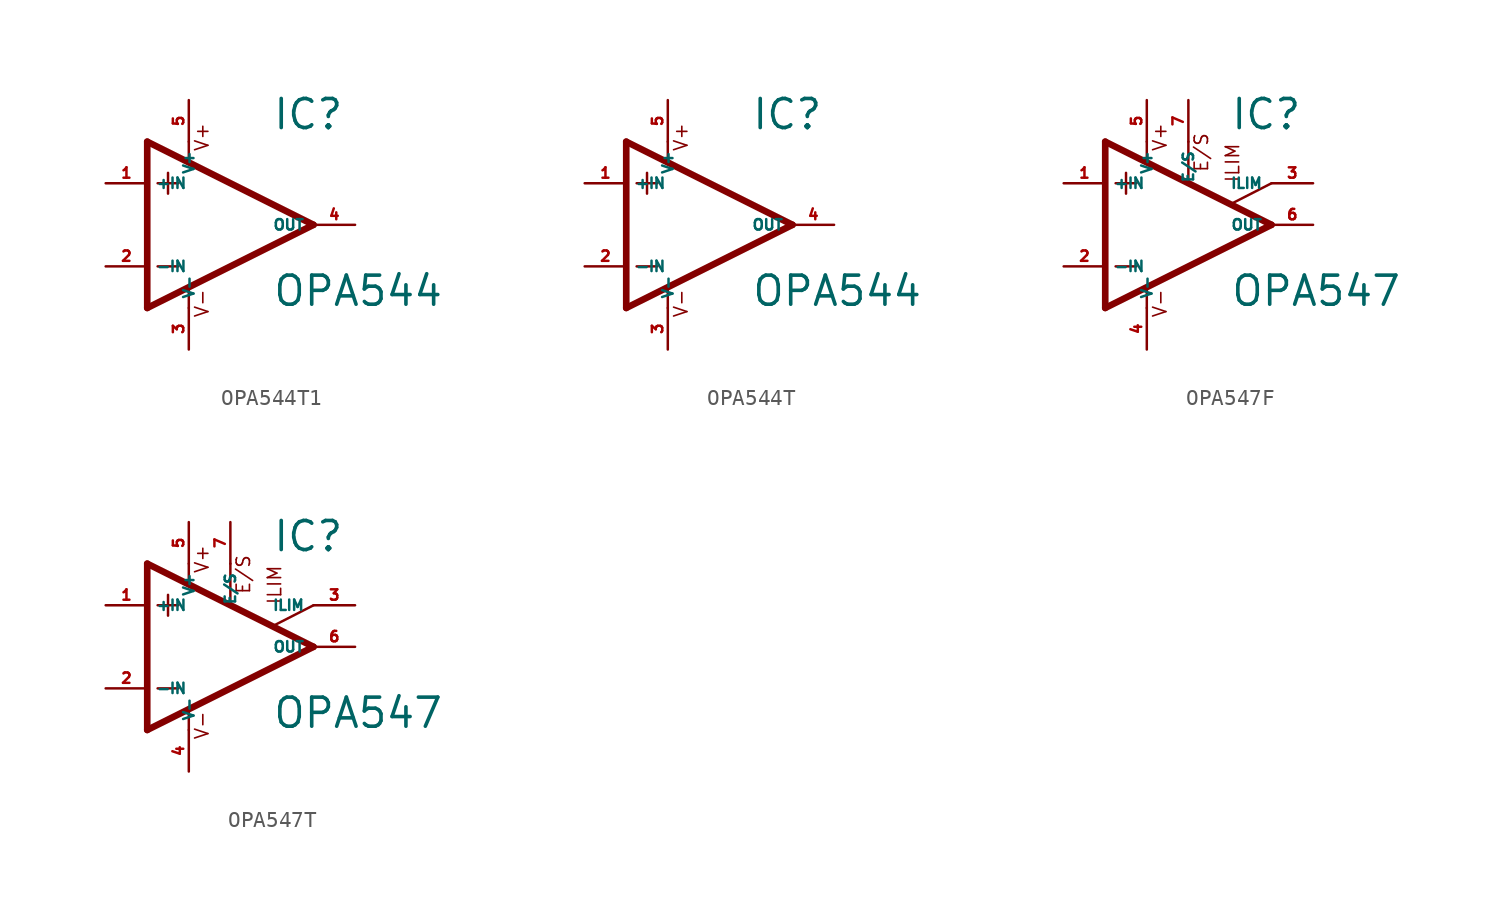
<source format=kicad_sym>
(kicad_symbol_lib
  (version 20220914)
  (generator Eagle2Kicad)
  (symbol "OPA544T1"
    (property "Reference" "IC"
      (at 2.54 5.715 0)
      (effects (font (size 1.778 1.778) (thickness 0.22)) (justify left bottom)))
    (property "Value" "OPA544"
      (at 2.54 -5.08 0)
      (effects (font (size 1.778 1.778) (thickness 0.22)) (justify left bottom)))
    (polyline
      (pts (xy -3.81 3.175) (xy -3.81 1.905))
      (stroke (width 0.152) (type default))
      (fill (type none)))
    (polyline
      (pts (xy -4.445 2.54) (xy -3.175 2.54))
      (stroke (width 0.152) (type default))
      (fill (type none)))
    (polyline
      (pts (xy -4.445 -2.54) (xy -3.175 -2.54))
      (stroke (width 0.152) (type default))
      (fill (type none)))
    (polyline
      (pts (xy -2.54 5.08) (xy -2.54 3.886))
      (stroke (width 0.152) (type default))
      (fill (type none)))
    (polyline
      (pts (xy -2.54 -3.912) (xy -2.54 -5.08))
      (stroke (width 0.152) (type default))
      (fill (type none)))
    (polyline
      (pts (xy 5.08 0) (xy -5.08 5.08))
      (stroke (width 0.406) (type default))
      (fill (type none)))
    (polyline
      (pts (xy -5.08 5.08) (xy -5.08 -5.08))
      (stroke (width 0.406) (type default))
      (fill (type none)))
    (polyline
      (pts (xy -5.08 -5.08) (xy 5.08 0))
      (stroke (width 0.406) (type default))
      (fill (type none)))
    (text "V+"
      (at -1.27 4.445 900)
      (effects (font (size 0.813 0.813) (thickness 0.10)) (justify left bottom)))
    (text "V-"
      (at -1.27 -5.715 900)
      (effects (font (size 0.813 0.813) (thickness 0.10)) (justify left bottom)))
    (pin input line
      (at -7.62 -2.54 0)
      (length 2.54)
      (name "-IN" (effects (font (size 0.635 0.635) (thickness 0.08)) (justify left bottom)))
      (number "2" (effects (font (size 0.635 0.635) (thickness 0.08)) (justify left bottom))))
    (pin input line
      (at -7.62 2.54 0)
      (length 2.54)
      (name "+IN" (effects (font (size 0.635 0.635) (thickness 0.08)) (justify left bottom)))
      (number "1" (effects (font (size 0.635 0.635) (thickness 0.08)) (justify left bottom))))
    (pin output line
      (at 7.62 0 180)
      (length 2.54)
      (name "OUT" (effects (font (size 0.635 0.635) (thickness 0.08)) (justify left bottom)))
      (number "4" (effects (font (size 0.635 0.635) (thickness 0.08)) (justify left bottom))))
    (pin unspecified line
      (at -2.54 7.62 270)
      (length 2.54)
      (name "V+" (effects (font (size 0.635 0.635) (thickness 0.08)) (justify left bottom)))
      (number "5" (effects (font (size 0.635 0.635) (thickness 0.08)) (justify left bottom))))
    (pin unspecified line
      (at -2.54 -7.62 90)
      (length 2.54)
      (name "V-" (effects (font (size 0.635 0.635) (thickness 0.08)) (justify left bottom)))
      (number "3" (effects (font (size 0.635 0.635) (thickness 0.08)) (justify left bottom)))))
  (symbol "OPA544T"
    (property "Reference" "IC"
      (at 2.54 5.715 0)
      (effects (font (size 1.778 1.778) (thickness 0.22)) (justify left bottom)))
    (property "Value" "OPA544"
      (at 2.54 -5.08 0)
      (effects (font (size 1.778 1.778) (thickness 0.22)) (justify left bottom)))
    (polyline
      (pts (xy -3.81 3.175) (xy -3.81 1.905))
      (stroke (width 0.152) (type default))
      (fill (type none)))
    (polyline
      (pts (xy -4.445 2.54) (xy -3.175 2.54))
      (stroke (width 0.152) (type default))
      (fill (type none)))
    (polyline
      (pts (xy -4.445 -2.54) (xy -3.175 -2.54))
      (stroke (width 0.152) (type default))
      (fill (type none)))
    (polyline
      (pts (xy -2.54 5.08) (xy -2.54 3.886))
      (stroke (width 0.152) (type default))
      (fill (type none)))
    (polyline
      (pts (xy -2.54 -3.912) (xy -2.54 -5.08))
      (stroke (width 0.152) (type default))
      (fill (type none)))
    (polyline
      (pts (xy 5.08 0) (xy -5.08 5.08))
      (stroke (width 0.406) (type default))
      (fill (type none)))
    (polyline
      (pts (xy -5.08 5.08) (xy -5.08 -5.08))
      (stroke (width 0.406) (type default))
      (fill (type none)))
    (polyline
      (pts (xy -5.08 -5.08) (xy 5.08 0))
      (stroke (width 0.406) (type default))
      (fill (type none)))
    (text "V+"
      (at -1.27 4.445 900)
      (effects (font (size 0.813 0.813) (thickness 0.10)) (justify left bottom)))
    (text "V-"
      (at -1.27 -5.715 900)
      (effects (font (size 0.813 0.813) (thickness 0.10)) (justify left bottom)))
    (pin input line
      (at -7.62 -2.54 0)
      (length 2.54)
      (name "-IN" (effects (font (size 0.635 0.635) (thickness 0.08)) (justify left bottom)))
      (number "2" (effects (font (size 0.635 0.635) (thickness 0.08)) (justify left bottom))))
    (pin input line
      (at -7.62 2.54 0)
      (length 2.54)
      (name "+IN" (effects (font (size 0.635 0.635) (thickness 0.08)) (justify left bottom)))
      (number "1" (effects (font (size 0.635 0.635) (thickness 0.08)) (justify left bottom))))
    (pin output line
      (at 7.62 0 180)
      (length 2.54)
      (name "OUT" (effects (font (size 0.635 0.635) (thickness 0.08)) (justify left bottom)))
      (number "4" (effects (font (size 0.635 0.635) (thickness 0.08)) (justify left bottom))))
    (pin unspecified line
      (at -2.54 7.62 270)
      (length 2.54)
      (name "V+" (effects (font (size 0.635 0.635) (thickness 0.08)) (justify left bottom)))
      (number "5" (effects (font (size 0.635 0.635) (thickness 0.08)) (justify left bottom))))
    (pin unspecified line
      (at -2.54 -7.62 90)
      (length 2.54)
      (name "V-" (effects (font (size 0.635 0.635) (thickness 0.08)) (justify left bottom)))
      (number "3" (effects (font (size 0.635 0.635) (thickness 0.08)) (justify left bottom)))))
  (symbol "OPA547F"
    (property "Reference" "IC"
      (at 2.54 3.175 0)
      (effects (font (size 1.778 1.778) (thickness 0.22)) (justify left bottom)))
    (property "Value" "OPA547"
      (at 2.54 -7.62 0)
      (effects (font (size 1.778 1.778) (thickness 0.22)) (justify left bottom)))
    (polyline
      (pts (xy -3.81 0.635) (xy -3.81 -0.635))
      (stroke (width 0.152) (type default))
      (fill (type none)))
    (polyline
      (pts (xy -4.445 0) (xy -3.175 0))
      (stroke (width 0.152) (type default))
      (fill (type none)))
    (polyline
      (pts (xy -4.445 -5.08) (xy -3.175 -5.08))
      (stroke (width 0.152) (type default))
      (fill (type none)))
    (polyline
      (pts (xy -5.08 2.54) (xy -5.08 -7.62))
      (stroke (width 0.406) (type default))
      (fill (type none)))
    (polyline
      (pts (xy -2.54 2.54) (xy -2.54 1.346))
      (stroke (width 0.152) (type default))
      (fill (type none)))
    (polyline
      (pts (xy 0 2.54) (xy 0 0.076))
      (stroke (width 0.152) (type default))
      (fill (type none)))
    (polyline
      (pts (xy 2.692 -1.219) (xy 5.08 0))
      (stroke (width 0.152) (type default))
      (fill (type none)))
    (polyline
      (pts (xy -5.08 2.54) (xy 5.08 -2.54))
      (stroke (width 0.406) (type default))
      (fill (type none)))
    (polyline
      (pts (xy -2.54 -6.426) (xy -2.54 -7.62))
      (stroke (width 0.152) (type default))
      (fill (type none)))
    (polyline
      (pts (xy -5.08 -7.62) (xy 5.08 -2.54))
      (stroke (width 0.406) (type default))
      (fill (type none)))
    (text "V+"
      (at -1.27 1.905 900)
      (effects (font (size 0.813 0.813) (thickness 0.10)) (justify left bottom)))
    (text "V-"
      (at -1.27 -8.255 900)
      (effects (font (size 0.813 0.813) (thickness 0.10)) (justify left bottom)))
    (text "E/S"
      (at 1.27 0.635 900)
      (effects (font (size 0.813 0.813) (thickness 0.10)) (justify left bottom)))
    (text "ILIM"
      (at 3.175 0 900)
      (effects (font (size 0.813 0.813) (thickness 0.10)) (justify left bottom)))
    (pin input line
      (at 7.62 0 180)
      (length 2.54)
      (name "ILIM" (effects (font (size 0.635 0.635) (thickness 0.08)) (justify left bottom)))
      (number "3" (effects (font (size 0.635 0.635) (thickness 0.08)) (justify left bottom))))
    (pin input line
      (at -7.62 -5.08 0)
      (length 2.54)
      (name "-IN" (effects (font (size 0.635 0.635) (thickness 0.08)) (justify left bottom)))
      (number "2" (effects (font (size 0.635 0.635) (thickness 0.08)) (justify left bottom))))
    (pin input line
      (at -7.62 0 0)
      (length 2.54)
      (name "+IN" (effects (font (size 0.635 0.635) (thickness 0.08)) (justify left bottom)))
      (number "1" (effects (font (size 0.635 0.635) (thickness 0.08)) (justify left bottom))))
    (pin bidirectional line
      (at 0 5.08 270)
      (length 2.54)
      (name "E/S" (effects (font (size 0.635 0.635) (thickness 0.08)) (justify left bottom)))
      (number "7" (effects (font (size 0.635 0.635) (thickness 0.08)) (justify left bottom))))
    (pin output line
      (at 7.62 -2.54 180)
      (length 2.54)
      (name "OUT" (effects (font (size 0.635 0.635) (thickness 0.08)) (justify left bottom)))
      (number "6" (effects (font (size 0.635 0.635) (thickness 0.08)) (justify left bottom))))
    (pin unspecified line
      (at -2.54 5.08 270)
      (length 2.54)
      (name "V+" (effects (font (size 0.635 0.635) (thickness 0.08)) (justify left bottom)))
      (number "5" (effects (font (size 0.635 0.635) (thickness 0.08)) (justify left bottom))))
    (pin unspecified line
      (at -2.54 -10.16 90)
      (length 2.54)
      (name "V-" (effects (font (size 0.635 0.635) (thickness 0.08)) (justify left bottom)))
      (number "4" (effects (font (size 0.635 0.635) (thickness 0.08)) (justify left bottom)))))
  (symbol "OPA547T"
    (property "Reference" "IC"
      (at 2.54 3.175 0)
      (effects (font (size 1.778 1.778) (thickness 0.22)) (justify left bottom)))
    (property "Value" "OPA547"
      (at 2.54 -7.62 0)
      (effects (font (size 1.778 1.778) (thickness 0.22)) (justify left bottom)))
    (polyline
      (pts (xy -3.81 0.635) (xy -3.81 -0.635))
      (stroke (width 0.152) (type default))
      (fill (type none)))
    (polyline
      (pts (xy -4.445 0) (xy -3.175 0))
      (stroke (width 0.152) (type default))
      (fill (type none)))
    (polyline
      (pts (xy -4.445 -5.08) (xy -3.175 -5.08))
      (stroke (width 0.152) (type default))
      (fill (type none)))
    (polyline
      (pts (xy -5.08 2.54) (xy -5.08 -7.62))
      (stroke (width 0.406) (type default))
      (fill (type none)))
    (polyline
      (pts (xy -2.54 2.54) (xy -2.54 1.346))
      (stroke (width 0.152) (type default))
      (fill (type none)))
    (polyline
      (pts (xy 0 2.54) (xy 0 0.076))
      (stroke (width 0.152) (type default))
      (fill (type none)))
    (polyline
      (pts (xy 2.692 -1.219) (xy 5.08 0))
      (stroke (width 0.152) (type default))
      (fill (type none)))
    (polyline
      (pts (xy -5.08 2.54) (xy 5.08 -2.54))
      (stroke (width 0.406) (type default))
      (fill (type none)))
    (polyline
      (pts (xy -2.54 -6.426) (xy -2.54 -7.62))
      (stroke (width 0.152) (type default))
      (fill (type none)))
    (polyline
      (pts (xy -5.08 -7.62) (xy 5.08 -2.54))
      (stroke (width 0.406) (type default))
      (fill (type none)))
    (text "V+"
      (at -1.27 1.905 900)
      (effects (font (size 0.813 0.813) (thickness 0.10)) (justify left bottom)))
    (text "V-"
      (at -1.27 -8.255 900)
      (effects (font (size 0.813 0.813) (thickness 0.10)) (justify left bottom)))
    (text "E/S"
      (at 1.27 0.635 900)
      (effects (font (size 0.813 0.813) (thickness 0.10)) (justify left bottom)))
    (text "ILIM"
      (at 3.175 0 900)
      (effects (font (size 0.813 0.813) (thickness 0.10)) (justify left bottom)))
    (pin input line
      (at 7.62 0 180)
      (length 2.54)
      (name "ILIM" (effects (font (size 0.635 0.635) (thickness 0.08)) (justify left bottom)))
      (number "3" (effects (font (size 0.635 0.635) (thickness 0.08)) (justify left bottom))))
    (pin input line
      (at -7.62 -5.08 0)
      (length 2.54)
      (name "-IN" (effects (font (size 0.635 0.635) (thickness 0.08)) (justify left bottom)))
      (number "2" (effects (font (size 0.635 0.635) (thickness 0.08)) (justify left bottom))))
    (pin input line
      (at -7.62 0 0)
      (length 2.54)
      (name "+IN" (effects (font (size 0.635 0.635) (thickness 0.08)) (justify left bottom)))
      (number "1" (effects (font (size 0.635 0.635) (thickness 0.08)) (justify left bottom))))
    (pin bidirectional line
      (at 0 5.08 270)
      (length 2.54)
      (name "E/S" (effects (font (size 0.635 0.635) (thickness 0.08)) (justify left bottom)))
      (number "7" (effects (font (size 0.635 0.635) (thickness 0.08)) (justify left bottom))))
    (pin output line
      (at 7.62 -2.54 180)
      (length 2.54)
      (name "OUT" (effects (font (size 0.635 0.635) (thickness 0.08)) (justify left bottom)))
      (number "6" (effects (font (size 0.635 0.635) (thickness 0.08)) (justify left bottom))))
    (pin unspecified line
      (at -2.54 5.08 270)
      (length 2.54)
      (name "V+" (effects (font (size 0.635 0.635) (thickness 0.08)) (justify left bottom)))
      (number "5" (effects (font (size 0.635 0.635) (thickness 0.08)) (justify left bottom))))
    (pin unspecified line
      (at -2.54 -10.16 90)
      (length 2.54)
      (name "V-" (effects (font (size 0.635 0.635) (thickness 0.08)) (justify left bottom)))
      (number "4" (effects (font (size 0.635 0.635) (thickness 0.08)) (justify left bottom))))))
</source>
